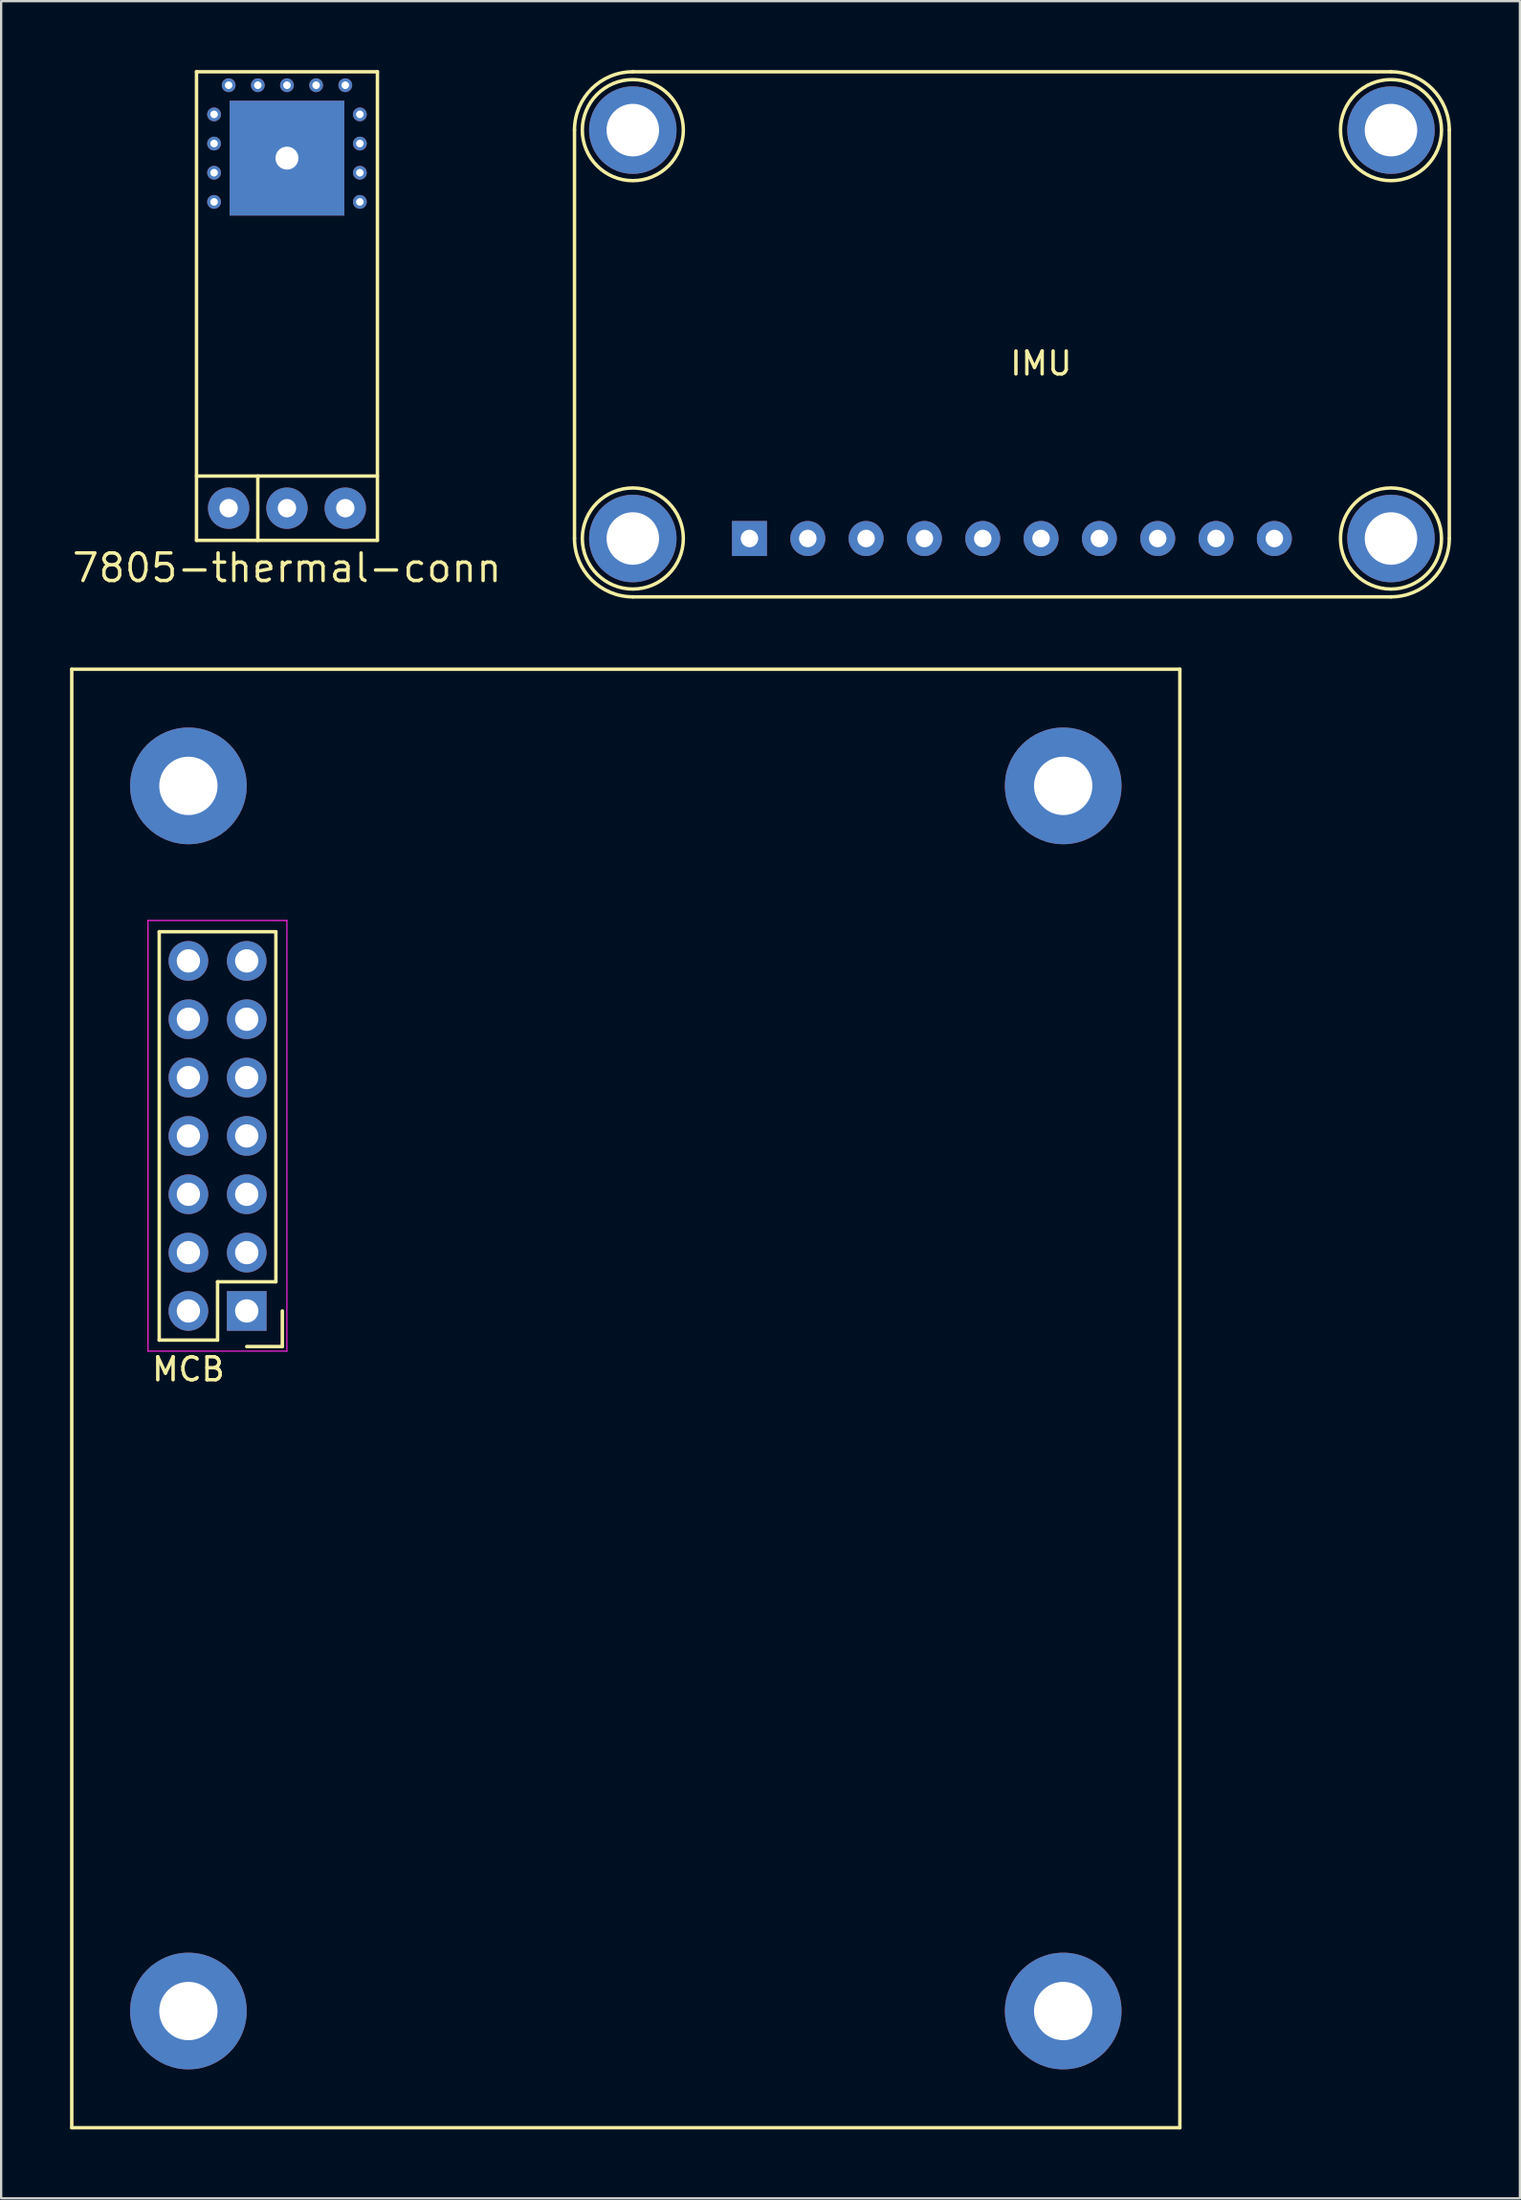
<source format=kicad_pcb>
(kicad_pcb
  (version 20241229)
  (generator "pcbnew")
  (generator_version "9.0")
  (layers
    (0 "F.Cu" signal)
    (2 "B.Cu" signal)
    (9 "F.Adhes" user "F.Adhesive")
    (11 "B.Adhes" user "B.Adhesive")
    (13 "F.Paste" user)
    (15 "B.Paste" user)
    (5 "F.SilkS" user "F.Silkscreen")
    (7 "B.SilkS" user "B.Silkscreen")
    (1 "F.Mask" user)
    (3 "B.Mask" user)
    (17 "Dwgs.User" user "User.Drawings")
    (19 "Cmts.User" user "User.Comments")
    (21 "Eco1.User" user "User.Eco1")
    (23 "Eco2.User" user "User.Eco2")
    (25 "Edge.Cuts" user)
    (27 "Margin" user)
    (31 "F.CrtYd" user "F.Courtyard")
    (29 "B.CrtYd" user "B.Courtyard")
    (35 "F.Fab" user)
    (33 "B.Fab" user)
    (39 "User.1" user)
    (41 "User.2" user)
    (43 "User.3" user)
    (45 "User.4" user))
  (footprint "7805-thermal-conn"
    (layer "F.Cu")
    (at 9.448 19.075)
    (property "Reference" "7805-thermal-conn" (at 0 2.6 0) (layer "F.SilkS") (effects (font (size 1.2 1.2) (thickness 0.15))))
    (attr through_hole)
    (fp_line (start -3.94 -19) (end 3.94 -19) (stroke (width 0.15) (type solid)) (layer "F.SilkS"))
    (fp_line (start -3.94 1.4) (end -3.94 -19) (stroke (width 0.15) (type solid)) (layer "F.SilkS"))
    (fp_line (start -1.27 -1.4) (end -1.27 1.4) (stroke (width 0.15) (type solid)) (layer "F.SilkS"))
    (fp_line (start 3.94 -19) (end 3.94 1.4) (stroke (width 0.15) (type solid)) (layer "F.SilkS"))
    (fp_line (start 3.94 -1.4) (end -3.94 -1.4) (stroke (width 0.15) (type solid)) (layer "F.SilkS"))
    (fp_line (start 3.94 1.4) (end -3.94 1.4) (stroke (width 0.15) (type solid)) (layer "F.SilkS"))
    (pad "1" thru_hole circle (at -2.54 0) (size 1.8 1.8) (drill 0.8) (layers "*.Cu" "*.Mask"))
    (pad "2" thru_hole circle (at -3.175 -17.145) (size 0.6 0.6) (drill 0.33) (layers "*.Cu" "*.Mask"))
    (pad "2" thru_hole circle (at -3.175 -15.875) (size 0.6 0.6) (drill 0.33) (layers "*.Cu" "*.Mask"))
    (pad "2" thru_hole circle (at -3.175 -14.605) (size 0.6 0.6) (drill 0.33) (layers "*.Cu" "*.Mask"))
    (pad "2" thru_hole circle (at -3.175 -13.335) (size 0.6 0.6) (drill 0.33) (layers "*.Cu" "*.Mask"))
    (pad "2" thru_hole circle (at -2.54 -18.415) (size 0.6 0.6) (drill 0.33) (layers "*.Cu" "*.Mask"))
    (pad "2" thru_hole circle (at -1.27 -18.415) (size 0.6 0.6) (drill 0.33) (layers "*.Cu" "*.Mask"))
    (pad "2" thru_hole circle (at 0 -18.415) (size 0.6 0.6) (drill 0.33) (layers "*.Cu" "*.Mask"))
    (pad "2" thru_hole rect (at 0 -15.24) (size 5 5) (drill 1) (layers "*.Cu" "*.Mask"))
    (pad "2" thru_hole circle (at 0 0) (size 1.8 1.8) (drill 0.8) (layers "*.Cu" "*.Mask"))
    (pad "2" thru_hole circle (at 1.27 -18.415) (size 0.6 0.6) (drill 0.33) (layers "*.Cu" "*.Mask"))
    (pad "2" thru_hole circle (at 2.54 -18.415) (size 0.6 0.6) (drill 0.33) (layers "*.Cu" "*.Mask"))
    (pad "2" thru_hole circle (at 3.175 -17.145) (size 0.6 0.6) (drill 0.33) (layers "*.Cu" "*.Mask"))
    (pad "2" thru_hole circle (at 3.175 -15.875) (size 0.6 0.6) (drill 0.33) (layers "*.Cu" "*.Mask"))
    (pad "2" thru_hole circle (at 3.175 -14.605) (size 0.6 0.6) (drill 0.33) (layers "*.Cu" "*.Mask"))
    (pad "2" thru_hole circle (at 3.175 -13.335) (size 0.6 0.6) (drill 0.33) (layers "*.Cu" "*.Mask"))
    (pad "3" thru_hole circle (at 2.54 0) (size 1.8 1.8) (drill 0.8) (layers "*.Cu" "*.Mask")))
  (footprint "MCB"
    (layer "F.Cu")
    (at 5.155 31.165)
    (property "Reference" "MCB" (at 0 25.4 0) (layer "F.SilkS") (effects (font (size 1 1) (thickness 0.15))))
    (attr through_hole)
    (fp_line (start -5.08 -5.08) (end 43.18 -5.08) (stroke (width 0.15) (type solid)) (layer "F.SilkS"))
    (fp_line (start -5.08 58.42) (end -5.08 -5.08) (stroke (width 0.15) (type solid)) (layer "F.SilkS"))
    (fp_line (start -5.08 58.42) (end 43.18 58.42) (stroke (width 0.15) (type solid)) (layer "F.SilkS"))
    (fp_line (start -1.27 6.35) (end -1.27 24.13) (stroke (width 0.15) (type solid)) (layer "F.SilkS"))
    (fp_line (start -1.27 6.35) (end 3.81 6.35) (stroke (width 0.15) (type solid)) (layer "F.SilkS"))
    (fp_line (start -1.27 24.13) (end 1.27 24.13) (stroke (width 0.15) (type solid)) (layer "F.SilkS"))
    (fp_line (start 1.27 21.59) (end 3.81 21.59) (stroke (width 0.15) (type solid)) (layer "F.SilkS"))
    (fp_line (start 1.27 24.13) (end 1.27 21.59) (stroke (width 0.15) (type solid)) (layer "F.SilkS"))
    (fp_line (start 2.54 24.41) (end 4.09 24.41) (stroke (width 0.15) (type solid)) (layer "F.SilkS"))
    (fp_line (start 3.81 21.59) (end 3.81 6.35) (stroke (width 0.15) (type solid)) (layer "F.SilkS"))
    (fp_line (start 4.09 24.41) (end 4.09 22.86) (stroke (width 0.15) (type solid)) (layer "F.SilkS"))
    (fp_line (start 43.18 -5.08) (end 43.18 58.42) (stroke (width 0.15) (type solid)) (layer "F.SilkS"))
    (fp_line (start -1.76 24.61) (end -1.76 5.86) (stroke (width 0.05) (type solid)) (layer "F.CrtYd"))
    (fp_line (start 4.29 5.86) (end -1.76 5.86) (stroke (width 0.05) (type solid)) (layer "F.CrtYd"))
    (fp_line (start 4.29 24.61) (end -1.76 24.61) (stroke (width 0.05) (type solid)) (layer "F.CrtYd"))
    (fp_line (start 4.29 24.61) (end 4.29 5.86) (stroke (width 0.05) (type solid)) (layer "F.CrtYd"))
    (pad "1" thru_hole circle (at 0 0) (size 5.08 5.08) (drill 2.54) (layers "*.Cu" "*.Mask"))
    (pad "1" thru_hole circle (at 0 53.34) (size 5.08 5.08) (drill 2.54) (layers "*.Cu" "*.Mask"))
    (pad "1" thru_hole rect (at 2.54 22.86 180) (size 1.727 1.727) (drill 1.016) (layers "*.Cu" "*.Mask"))
    (pad "1" thru_hole circle (at 38.1 0) (size 5.08 5.08) (drill 2.54) (layers "*.Cu" "*.Mask"))
    (pad "1" thru_hole circle (at 38.1 53.34) (size 5.08 5.08) (drill 2.54) (layers "*.Cu" "*.Mask"))
    (pad "2" thru_hole oval (at 2.54 20.32 180) (size 1.727 1.727) (drill 1.016) (layers "*.Cu" "*.Mask"))
    (pad "3" thru_hole oval (at 2.54 17.78 180) (size 1.727 1.727) (drill 1.016) (layers "*.Cu" "*.Mask"))
    (pad "4" thru_hole oval (at 2.54 15.24 180) (size 1.727 1.727) (drill 1.016) (layers "*.Cu" "*.Mask"))
    (pad "5" thru_hole oval (at 2.54 12.7 180) (size 1.727 1.727) (drill 1.016) (layers "*.Cu" "*.Mask"))
    (pad "6" thru_hole oval (at 2.54 10.16 180) (size 1.727 1.727) (drill 1.016) (layers "*.Cu" "*.Mask"))
    (pad "7" thru_hole oval (at 2.54 7.62 180) (size 1.727 1.727) (drill 1.016) (layers "*.Cu" "*.Mask"))
    (pad "8" thru_hole oval (at 0 7.62 180) (size 1.727 1.727) (drill 1.016) (layers "*.Cu" "*.Mask"))
    (pad "9" thru_hole oval (at 0 10.16 180) (size 1.727 1.727) (drill 1.016) (layers "*.Cu" "*.Mask"))
    (pad "10" thru_hole oval (at 0 12.7 180) (size 1.727 1.727) (drill 1.016) (layers "*.Cu" "*.Mask"))
    (pad "11" thru_hole oval (at 0 15.24 180) (size 1.727 1.727) (drill 1.016) (layers "*.Cu" "*.Mask"))
    (pad "12" thru_hole oval (at 0 17.78 180) (size 1.727 1.727) (drill 1.016) (layers "*.Cu" "*.Mask"))
    (pad "13" thru_hole oval (at 0 20.32 180) (size 1.727 1.727) (drill 1.016) (layers "*.Cu" "*.Mask"))
    (pad "14" thru_hole oval (at 0 22.86 180) (size 1.727 1.727) (drill 1.016) (layers "*.Cu" "*.Mask")))
  (footprint "IMU"
    (layer "F.Cu")
    (at 24.511 20.395)
    (property "Reference" "IMU" (at 17.78 -7.62 0) (layer "F.SilkS") (effects (font (size 1 1) (thickness 0.15))))
    (attr through_hole)
    (fp_line (start -2.54 0) (end -2.54 -17.78) (stroke (width 0.15) (type solid)) (layer "F.SilkS"))
    (fp_line (start 0 -20.32) (end 33.02 -20.32) (stroke (width 0.15) (type solid)) (layer "F.SilkS"))
    (fp_line (start 0 2.54) (end 33.02 2.54) (stroke (width 0.15) (type solid)) (layer "F.SilkS"))
    (fp_line (start 35.56 0) (end 35.56 -17.78) (stroke (width 0.15) (type solid)) (layer "F.SilkS"))
    (fp_arc (start -2.54 -17.78) (mid -1.796051 -19.576051) (end 0 -20.32) (stroke (width 0.15) (type solid)) (layer "F.SilkS"))
    (fp_arc (start 0 2.54) (mid -1.796051 1.796051) (end -2.54 0) (stroke (width 0.15) (type solid)) (layer "F.SilkS"))
    (fp_arc (start 33.02 -20.32) (mid 34.816051 -19.576051) (end 35.56 -17.78) (stroke (width 0.15) (type solid)) (layer "F.SilkS"))
    (fp_arc (start 35.56 0) (mid 34.816051 1.796051) (end 33.02 2.54) (stroke (width 0.15) (type solid)) (layer "F.SilkS"))
    (fp_circle (center 0 -17.78) (end 0 -19.98) (stroke (width 0.15) (type solid)) (fill no) (layer "F.SilkS"))
    (fp_circle (center 0 0) (end 0 -2.2) (stroke (width 0.15) (type solid)) (fill no) (layer "F.SilkS"))
    (fp_circle (center 33.02 -17.78) (end 33.02 -19.98) (stroke (width 0.15) (type solid)) (fill no) (layer "F.SilkS"))
    (fp_circle (center 33.02 0) (end 33.02 -2.2) (stroke (width 0.15) (type solid)) (fill no) (layer "F.SilkS"))
    (pad "1" thru_hole rect (at 5.08 0) (size 1.524 1.524) (drill 0.762) (layers "*.Cu" "*.Mask"))
    (pad "2" thru_hole circle (at 7.62 0) (size 1.524 1.524) (drill 0.762) (layers "*.Cu" "*.Mask"))
    (pad "3" thru_hole circle (at 10.16 0) (size 1.524 1.524) (drill 0.762) (layers "*.Cu" "*.Mask"))
    (pad "4" thru_hole circle (at 12.7 0) (size 1.524 1.524) (drill 0.762) (layers "*.Cu" "*.Mask"))
    (pad "5" thru_hole circle (at 15.24 0) (size 1.524 1.524) (drill 0.762) (layers "*.Cu" "*.Mask"))
    (pad "6" thru_hole circle (at 17.78 0) (size 1.524 1.524) (drill 0.762) (layers "*.Cu" "*.Mask"))
    (pad "7" thru_hole circle (at 20.32 0) (size 1.524 1.524) (drill 0.762) (layers "*.Cu" "*.Mask"))
    (pad "8" thru_hole circle (at 22.86 0) (size 1.524 1.524) (drill 0.762) (layers "*.Cu" "*.Mask"))
    (pad "9" thru_hole circle (at 25.4 0) (size 1.524 1.524) (drill 0.762) (layers "*.Cu" "*.Mask"))
    (pad "10" thru_hole circle (at 27.94 0) (size 1.524 1.524) (drill 0.762) (layers "*.Cu" "*.Mask"))
    (pad "~" thru_hole circle (at 0 -17.78) (size 3.81 3.81) (drill 2.286) (layers "*.Cu" "*.Mask"))
    (pad "~" thru_hole circle (at 0 0) (size 3.81 3.81) (drill 2.286) (layers "*.Cu" "*.Mask"))
    (pad "~" thru_hole circle (at 33.02 -17.78) (size 3.81 3.81) (drill 2.286) (layers "*.Cu" "*.Mask"))
    (pad "~" thru_hole circle (at 33.02 0) (size 3.81 3.81) (drill 2.286) (layers "*.Cu" "*.Mask")))
  (gr_rect
    (start -3 -3)
    (end 63.146 92.66)
    (stroke (width 0.1) (type default))
    (fill no)
    (layer "Edge.Cuts")))
</source>
